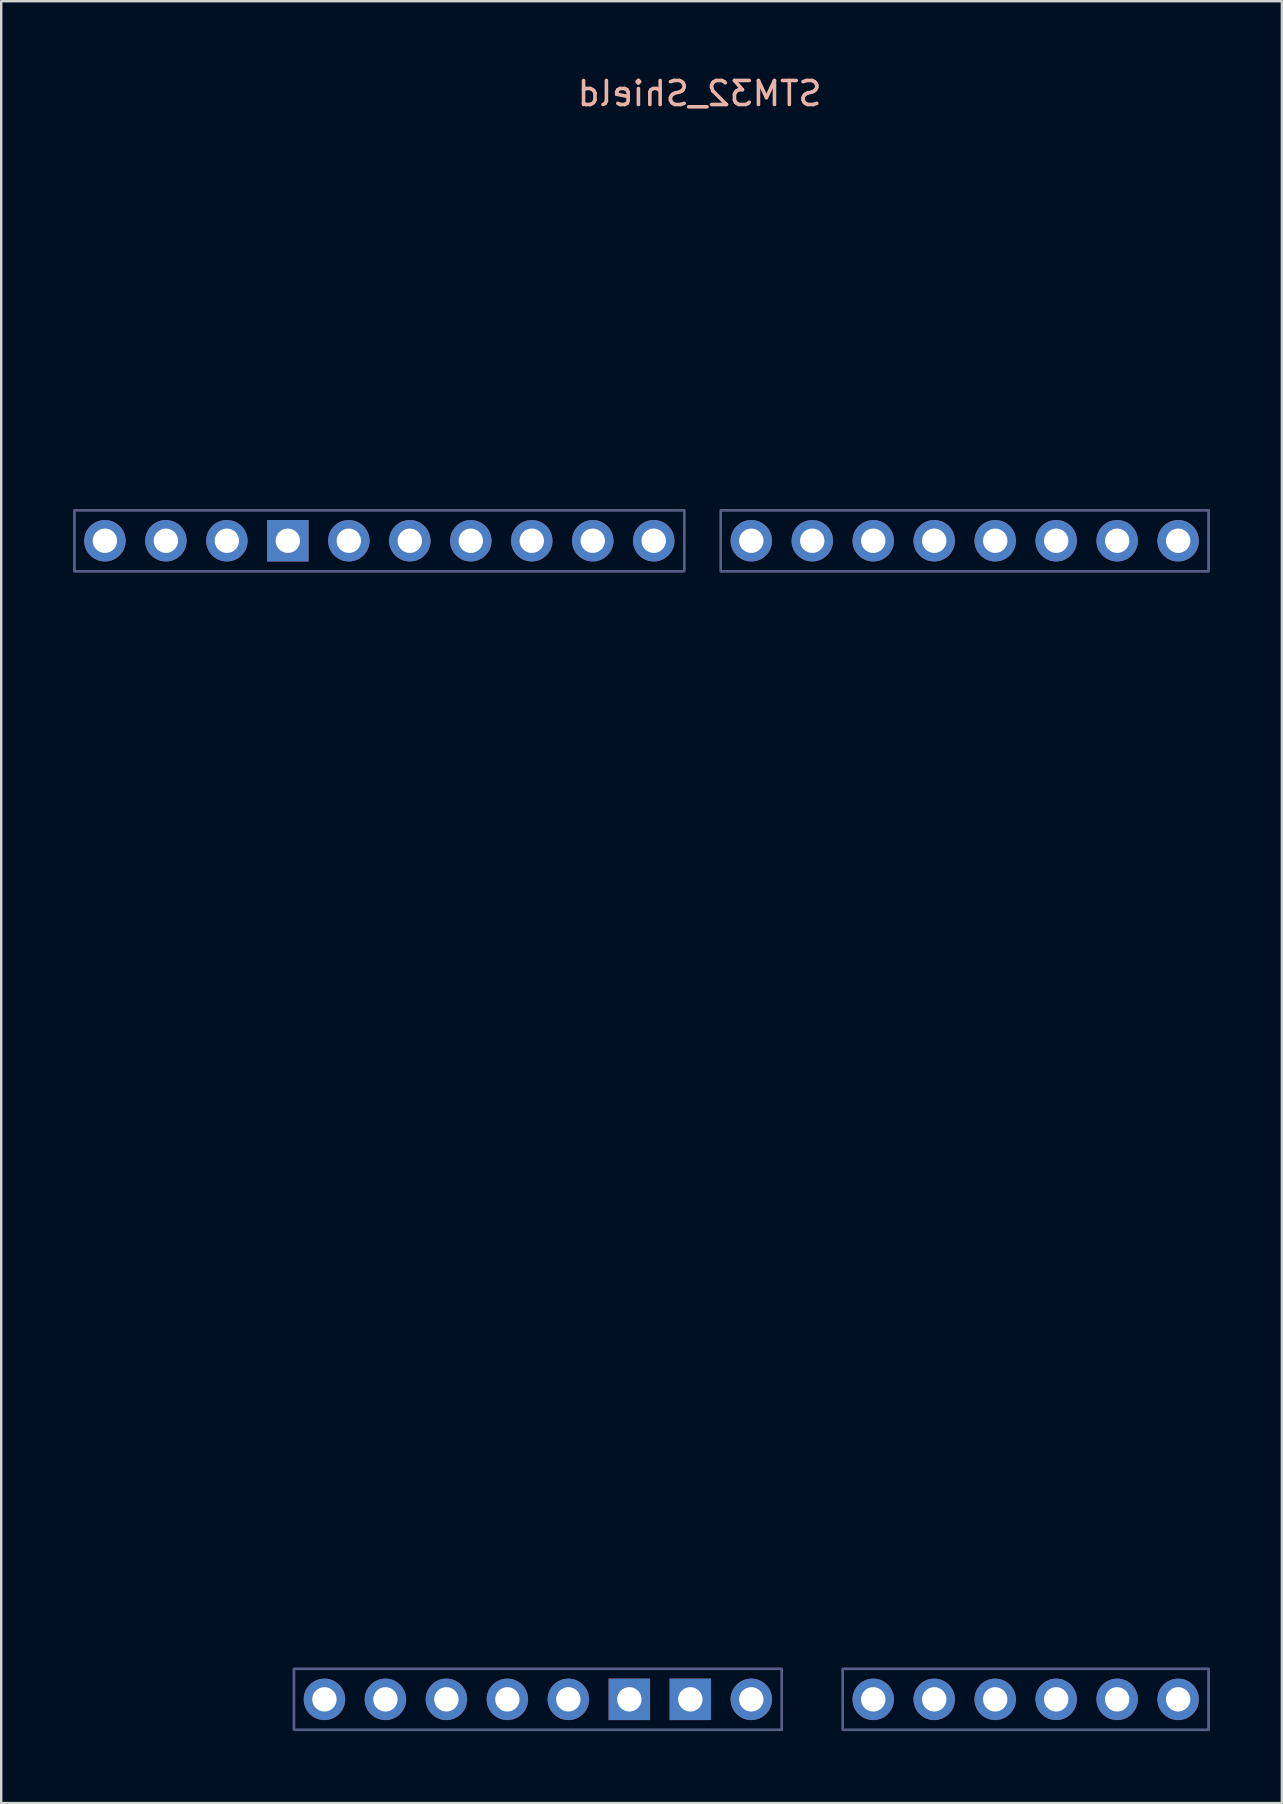
<source format=kicad_pcb>
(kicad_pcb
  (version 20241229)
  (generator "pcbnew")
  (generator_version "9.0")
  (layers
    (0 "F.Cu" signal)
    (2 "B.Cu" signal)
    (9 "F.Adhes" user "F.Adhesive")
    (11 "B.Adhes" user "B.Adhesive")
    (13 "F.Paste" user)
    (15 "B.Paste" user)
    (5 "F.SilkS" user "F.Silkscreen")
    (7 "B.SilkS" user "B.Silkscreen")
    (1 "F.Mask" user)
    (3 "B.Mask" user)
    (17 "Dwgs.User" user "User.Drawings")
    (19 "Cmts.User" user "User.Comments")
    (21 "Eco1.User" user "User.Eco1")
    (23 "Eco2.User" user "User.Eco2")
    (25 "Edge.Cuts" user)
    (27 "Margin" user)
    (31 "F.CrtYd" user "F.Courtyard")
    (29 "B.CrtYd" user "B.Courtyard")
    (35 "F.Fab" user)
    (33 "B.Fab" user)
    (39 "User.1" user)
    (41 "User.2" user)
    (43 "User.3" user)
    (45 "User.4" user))
  (footprint "STM32_Shield"
    (layer "F.Cu")
    (at 23.55 55.204)
    (property "Reference" "STM32_Shield" (at 2.54 -54.356 0) (layer "B.SilkS") (effects (font (size 1 1) (thickness 0.15)) (justify mirror)))
    (attr through_hole)
    (fp_rect (start -23.5 -37) (end 1.9 -34.46) (stroke (width 0.1) (type solid)) (fill no) (layer "B.Fab"))
    (fp_rect (start -23.5 -37) (end 1.9 -34.46) (stroke (width 0.1) (type solid)) (fill no) (layer "B.Fab"))
    (fp_rect (start -14.356 11.26) (end 5.964 13.8) (stroke (width 0.1) (type solid)) (fill no) (layer "B.Fab"))
    (fp_rect (start -14.356 11.26) (end 5.964 13.8) (stroke (width 0.1) (type solid)) (fill no) (layer "B.Fab"))
    (fp_rect (start 3.424 -37) (end 23.744 -34.46) (stroke (width 0.1) (type solid)) (fill no) (layer "B.Fab"))
    (fp_rect (start 3.424 -37) (end 23.744 -34.46) (stroke (width 0.1) (type solid)) (fill no) (layer "B.Fab"))
    (fp_rect (start 8.504 11.26) (end 23.744 13.8) (stroke (width 0.1) (type solid)) (fill no) (layer "B.Fab"))
    (fp_rect (start 8.504 11.26) (end 23.744 13.8) (stroke (width 0.1) (type solid)) (fill no) (layer "B.Fab"))
    (pad "1" thru_hole oval (at -13.086 12.53) (size 1.727 1.727) (drill 1.016) (layers "*.Cu" "*.Mask"))
    (pad "2" thru_hole oval (at -10.546 12.53) (size 1.727 1.727) (drill 1.016) (layers "*.Cu" "*.Mask"))
    (pad "3" thru_hole oval (at -8.006 12.53) (size 1.727 1.727) (drill 1.016) (layers "*.Cu" "*.Mask"))
    (pad "4" thru_hole oval (at -5.466 12.53) (size 1.727 1.727) (drill 1.016) (layers "*.Cu" "*.Mask"))
    (pad "5" thru_hole oval (at -2.926 12.53) (size 1.727 1.727) (drill 1.016) (layers "*.Cu" "*.Mask"))
    (pad "6" thru_hole rect (at -0.386 12.53) (size 1.727 1.727) (drill 1.016) (layers "*.Cu" "*.Mask"))
    (pad "7" thru_hole rect (at 2.154 12.53) (size 1.727 1.727) (drill 1.016) (layers "*.Cu" "*.Mask"))
    (pad "8" thru_hole oval (at 4.694 12.53) (size 1.727 1.727) (drill 1.016) (layers "*.Cu" "*.Mask"))
    (pad "9" thru_hole oval (at 9.774 12.53) (size 1.727 1.727) (drill 1.016) (layers "*.Cu" "*.Mask"))
    (pad "10" thru_hole oval (at 12.314 12.53) (size 1.727 1.727) (drill 1.016) (layers "*.Cu" "*.Mask"))
    (pad "11" thru_hole oval (at 14.854 12.53) (size 1.727 1.727) (drill 1.016) (layers "*.Cu" "*.Mask"))
    (pad "12" thru_hole oval (at 17.394 12.53) (size 1.727 1.727) (drill 1.016) (layers "*.Cu" "*.Mask"))
    (pad "13" thru_hole oval (at 19.934 12.53) (size 1.727 1.727) (drill 1.016) (layers "*.Cu" "*.Mask"))
    (pad "14" thru_hole oval (at 22.474 12.53) (size 1.727 1.727) (drill 1.016) (layers "*.Cu" "*.Mask"))
    (pad "15" thru_hole oval (at 22.474 -35.73) (size 1.727 1.727) (drill 1.016) (layers "*.Cu" "*.Mask"))
    (pad "16" thru_hole oval (at 19.934 -35.73) (size 1.727 1.727) (drill 1.016) (layers "*.Cu" "*.Mask"))
    (pad "17" thru_hole oval (at 17.394 -35.73) (size 1.727 1.727) (drill 1.016) (layers "*.Cu" "*.Mask" "Eco2.User"))
    (pad "18" thru_hole oval (at 14.854 -35.73) (size 1.727 1.727) (drill 1.016) (layers "*.Cu" "*.Mask"))
    (pad "19" thru_hole oval (at 12.314 -35.73) (size 1.727 1.727) (drill 1.016) (layers "*.Cu" "*.Mask"))
    (pad "20" thru_hole oval (at 9.774 -35.73) (size 1.727 1.727) (drill 1.016) (layers "*.Cu" "*.Mask"))
    (pad "21" thru_hole oval (at 7.234 -35.73) (size 1.727 1.727) (drill 1.016) (layers "*.Cu" "*.Mask"))
    (pad "22" thru_hole oval (at 4.694 -35.73) (size 1.727 1.727) (drill 1.016) (layers "*.Cu" "*.Mask"))
    (pad "23" thru_hole oval (at 0.63 -35.73) (size 1.727 1.727) (drill 1.016) (layers "*.Cu" "*.Mask"))
    (pad "24" thru_hole oval (at -1.91 -35.73) (size 1.727 1.727) (drill 1.016) (layers "*.Cu" "*.Mask"))
    (pad "25" thru_hole oval (at -4.45 -35.73) (size 1.727 1.727) (drill 1.016) (layers "*.Cu" "*.Mask"))
    (pad "26" thru_hole oval (at -6.99 -35.73) (size 1.727 1.727) (drill 1.016) (layers "*.Cu" "*.Mask"))
    (pad "27" thru_hole oval (at -9.53 -35.73) (size 1.727 1.727) (drill 1.016) (layers "*.Cu" "*.Mask"))
    (pad "28" thru_hole oval (at -12.07 -35.73) (size 1.727 1.727) (drill 1.016) (layers "*.Cu" "*.Mask"))
    (pad "29" thru_hole rect (at -14.61 -35.73) (size 1.727 1.727) (drill 1.016) (layers "*.Cu" "*.Mask"))
    (pad "30" thru_hole oval (at -17.15 -35.73) (size 1.727 1.727) (drill 1.016) (layers "*.Cu" "*.Mask"))
    (pad "31" thru_hole oval (at -19.69 -35.73) (size 1.727 1.727) (drill 1.016) (layers "*.Cu" "*.Mask"))
    (pad "32" thru_hole oval (at -22.23 -35.73) (size 1.727 1.727) (drill 1.016) (layers "*.Cu" "*.Mask")))
  (gr_rect
    (start -3 -3)
    (end 50.344 72.054)
    (stroke (width 0.1) (type default))
    (fill no)
    (layer "Edge.Cuts")))
</source>
